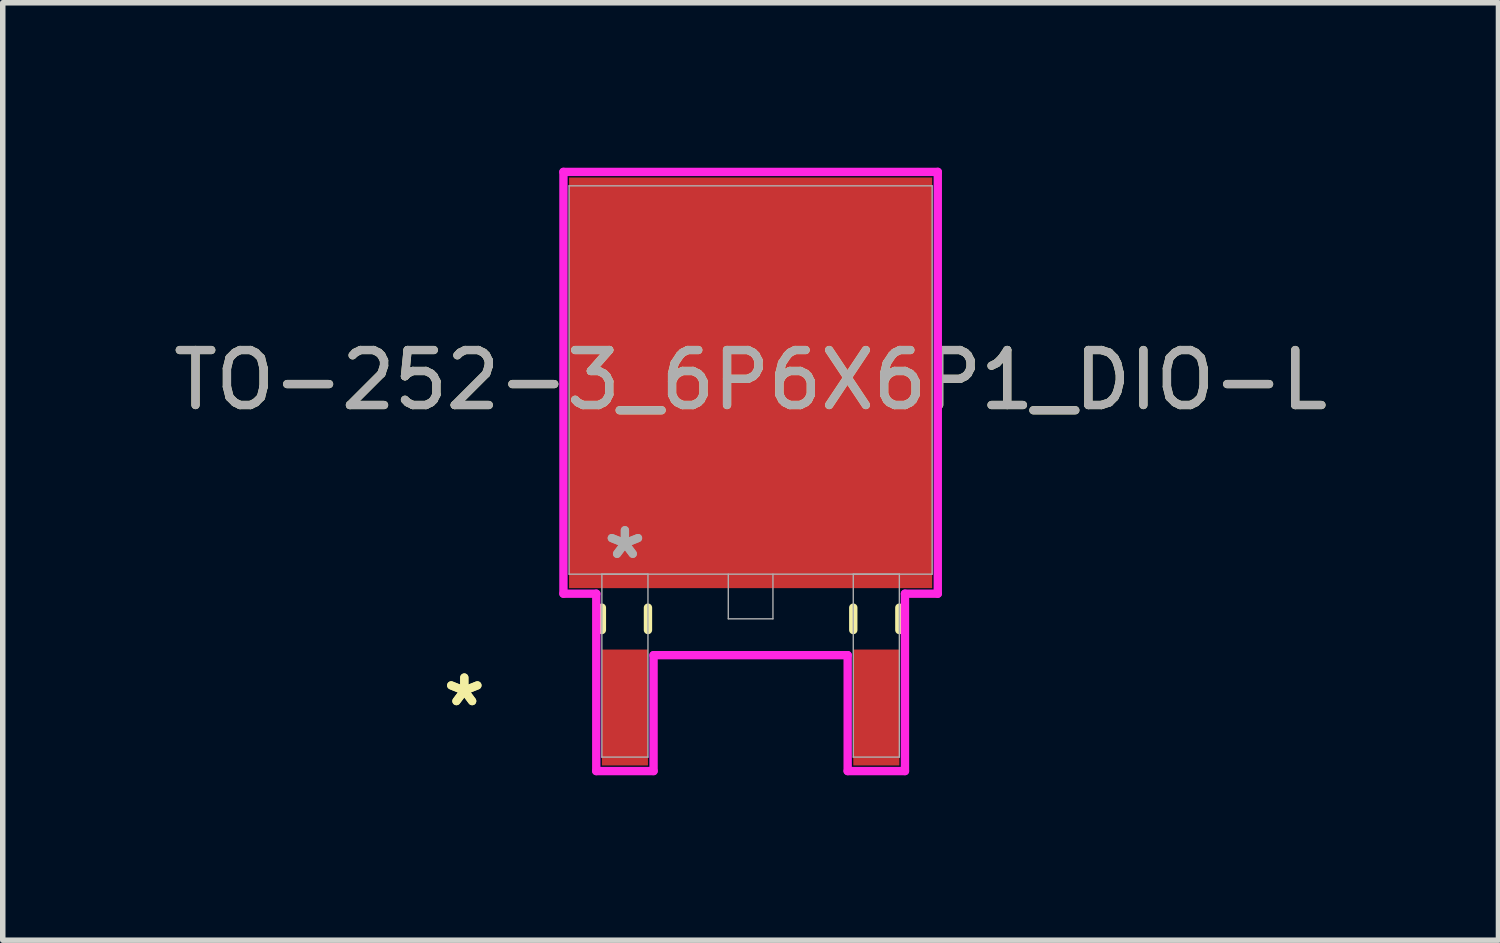
<source format=kicad_pcb>
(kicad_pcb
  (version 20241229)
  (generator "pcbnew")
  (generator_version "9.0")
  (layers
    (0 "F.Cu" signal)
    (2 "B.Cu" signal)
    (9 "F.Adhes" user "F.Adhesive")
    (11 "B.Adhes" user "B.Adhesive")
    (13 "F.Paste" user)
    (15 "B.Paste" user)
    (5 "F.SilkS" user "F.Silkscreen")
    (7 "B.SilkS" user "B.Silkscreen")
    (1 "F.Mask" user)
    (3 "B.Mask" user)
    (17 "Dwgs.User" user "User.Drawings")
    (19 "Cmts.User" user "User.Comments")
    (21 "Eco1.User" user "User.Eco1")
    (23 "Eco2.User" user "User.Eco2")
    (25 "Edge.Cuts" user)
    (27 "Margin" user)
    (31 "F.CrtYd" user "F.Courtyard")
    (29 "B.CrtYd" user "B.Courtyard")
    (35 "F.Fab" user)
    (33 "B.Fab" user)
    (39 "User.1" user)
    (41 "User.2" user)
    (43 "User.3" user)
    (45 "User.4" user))
  (footprint "TO-252-3_6P6X6P1_DIO-L"
    (layer "F.Cu")
    (at 10.601 3.861)
    (property "Reference" "TO-252-3_6P6X6P1_DIO-L" (at 0 0 0) (unlocked yes) (layer "F.SilkS") (effects (font (size 1 1) (thickness 0.15))))
    (attr smd)
    (fp_line (start -2.705 4.14) (end -2.705 4.547) (stroke (width 0.152) (type solid)) (layer "F.SilkS"))
    (fp_line (start -1.867 4.14) (end -1.867 4.547) (stroke (width 0.152) (type solid)) (layer "F.SilkS"))
    (fp_line (start 1.867 4.14) (end 1.867 4.547) (stroke (width 0.152) (type solid)) (layer "F.SilkS"))
    (fp_line (start 2.705 4.14) (end 2.705 4.547) (stroke (width 0.152) (type solid)) (layer "F.SilkS"))
    (fp_line (start -3.404 -3.785) (end 3.404 -3.785) (stroke (width 0.152) (type solid)) (layer "F.CrtYd"))
    (fp_line (start -3.404 3.886) (end -3.404 -3.785) (stroke (width 0.152) (type solid)) (layer "F.CrtYd"))
    (fp_line (start -2.807 3.886) (end -3.404 3.886) (stroke (width 0.152) (type solid)) (layer "F.CrtYd"))
    (fp_line (start -2.807 7.112) (end -2.807 3.886) (stroke (width 0.152) (type solid)) (layer "F.CrtYd"))
    (fp_line (start -1.765 5.004) (end -1.765 7.112) (stroke (width 0.152) (type solid)) (layer "F.CrtYd"))
    (fp_line (start -1.765 7.112) (end -2.807 7.112) (stroke (width 0.152) (type solid)) (layer "F.CrtYd"))
    (fp_line (start 1.765 5.004) (end -1.765 5.004) (stroke (width 0.152) (type solid)) (layer "F.CrtYd"))
    (fp_line (start 1.765 7.112) (end 1.765 5.004) (stroke (width 0.152) (type solid)) (layer "F.CrtYd"))
    (fp_line (start 2.807 3.886) (end 2.807 7.112) (stroke (width 0.152) (type solid)) (layer "F.CrtYd"))
    (fp_line (start 2.807 7.112) (end 1.765 7.112) (stroke (width 0.152) (type solid)) (layer "F.CrtYd"))
    (fp_line (start 3.404 -3.785) (end 3.404 3.886) (stroke (width 0.152) (type solid)) (layer "F.CrtYd"))
    (fp_line (start 3.404 3.886) (end 2.807 3.886) (stroke (width 0.152) (type solid)) (layer "F.CrtYd"))
    (fp_line (start -3.302 -3.531) (end -3.302 3.531) (stroke (width 0.025) (type solid)) (layer "F.Fab"))
    (fp_line (start -3.302 3.531) (end 3.302 3.531) (stroke (width 0.025) (type solid)) (layer "F.Fab"))
    (fp_line (start -2.705 3.531) (end -2.705 6.858) (stroke (width 0.025) (type solid)) (layer "F.Fab"))
    (fp_line (start -2.705 6.858) (end -1.867 6.858) (stroke (width 0.025) (type solid)) (layer "F.Fab"))
    (fp_line (start -1.867 3.531) (end -2.705 3.531) (stroke (width 0.025) (type solid)) (layer "F.Fab"))
    (fp_line (start -1.867 6.858) (end -1.867 3.531) (stroke (width 0.025) (type solid)) (layer "F.Fab"))
    (fp_line (start -0.406 3.531) (end -0.406 4.343) (stroke (width 0.025) (type solid)) (layer "F.Fab"))
    (fp_line (start -0.406 4.343) (end 0.406 4.343) (stroke (width 0.025) (type solid)) (layer "F.Fab"))
    (fp_line (start 0.406 4.343) (end 0.406 3.531) (stroke (width 0.025) (type solid)) (layer "F.Fab"))
    (fp_line (start 1.867 3.531) (end 1.867 6.858) (stroke (width 0.025) (type solid)) (layer "F.Fab"))
    (fp_line (start 1.867 6.858) (end 2.705 6.858) (stroke (width 0.025) (type solid)) (layer "F.Fab"))
    (fp_line (start 2.705 3.531) (end 1.867 3.531) (stroke (width 0.025) (type solid)) (layer "F.Fab"))
    (fp_line (start 2.705 6.858) (end 2.705 3.531) (stroke (width 0.025) (type solid)) (layer "F.Fab"))
    (fp_line (start 3.302 -3.531) (end -3.302 -3.531) (stroke (width 0.025) (type solid)) (layer "F.Fab"))
    (fp_line (start 3.302 3.531) (end 3.302 -3.531) (stroke (width 0.025) (type solid)) (layer "F.Fab"))
    (fp_text user "*" (at -5.207 5.956 0) (layer "F.SilkS") (effects (font (size 1 1) (thickness 0.15))))
    (fp_text user "*" (at -5.207 5.956 0) (unlocked yes) (layer "F.SilkS") (effects (font (size 1 1) (thickness 0.15))))
    (fp_text user "*" (at -2.286 3.277 0) (layer "F.Fab") (effects (font (size 1 1) (thickness 0.15))))
    (fp_text user "${REFERENCE}" (at 0 0 0) (unlocked yes) (layer "F.Fab") (effects (font (size 1 1) (thickness 0.15))))
    (fp_text user "*" (at -2.286 3.277 0) (unlocked yes) (layer "F.Fab") (effects (font (size 1 1) (thickness 0.15))))
    (pad "1" smd rect (at -2.286 5.956) (size 0.838 2.108) (layers "F.Cu" "F.Mask" "F.Paste"))
    (pad "2" smd rect (at 0 0.051) (size 6.604 7.468) (layers "F.Cu" "F.Mask" "F.Paste"))
    (pad "3" smd rect (at 2.286 5.956) (size 0.838 2.108) (layers "F.Cu" "F.Mask" "F.Paste")))
  (gr_rect
    (start -3 -3)
    (end 24.202 14.049)
    (stroke (width 0.1) (type default))
    (fill no)
    (layer "Edge.Cuts")))
</source>
